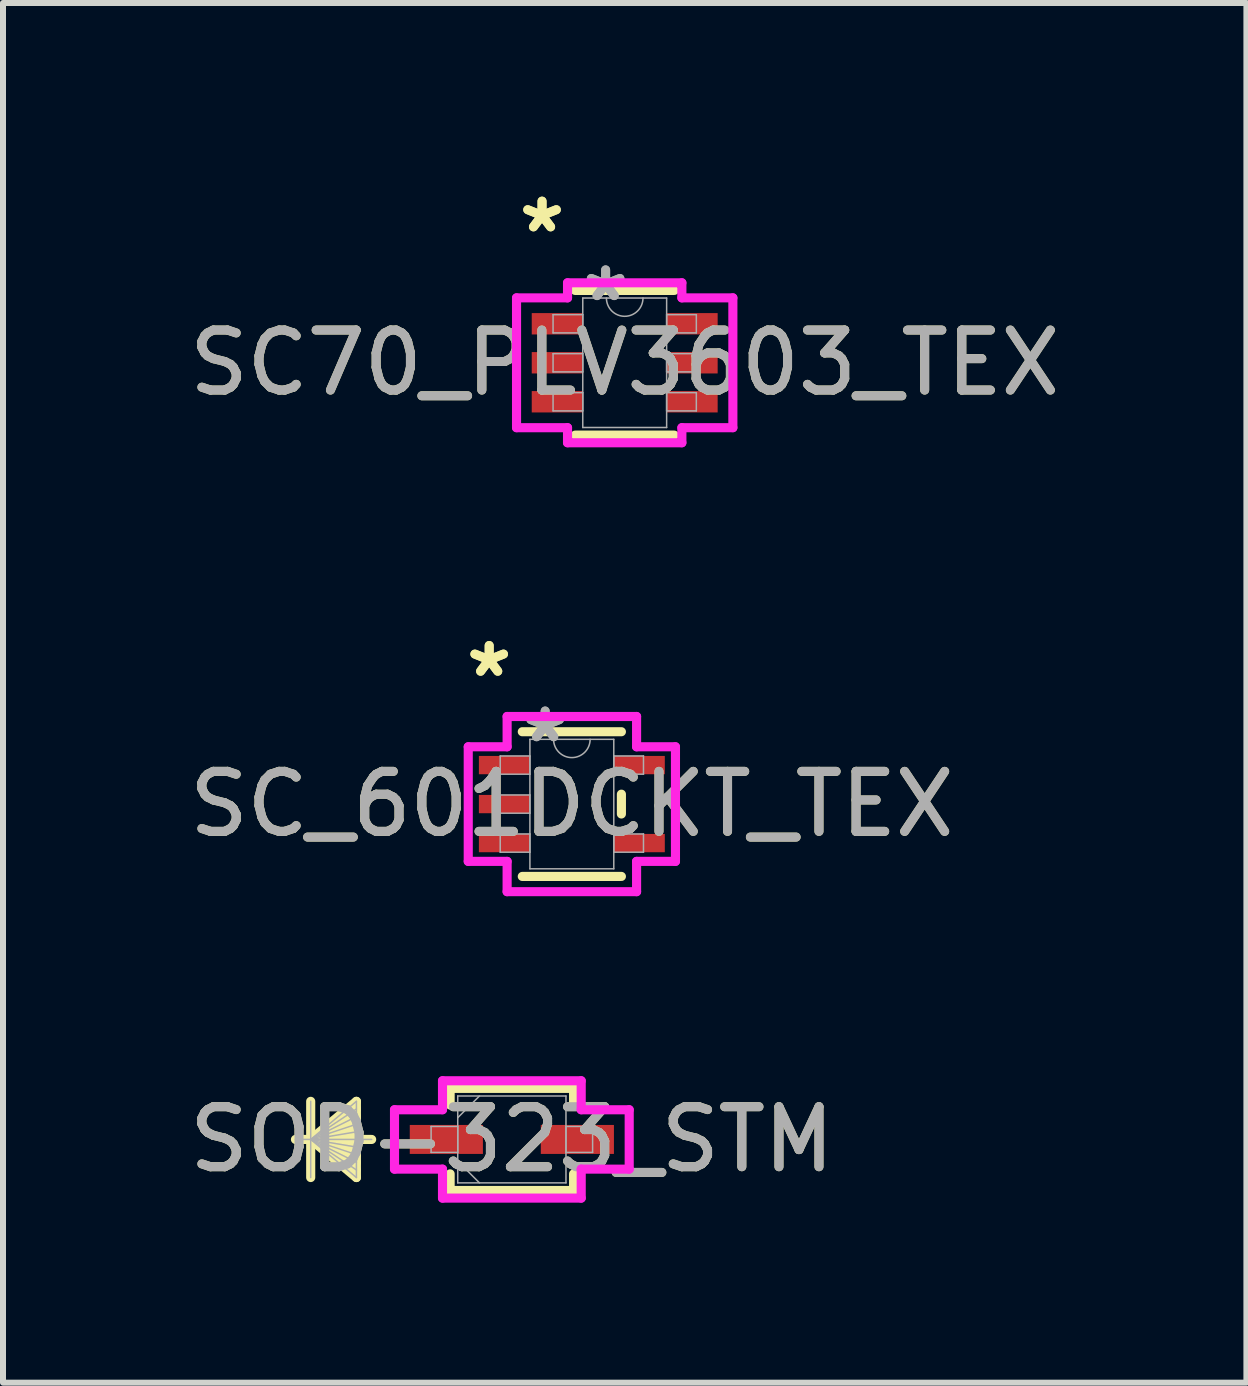
<source format=kicad_pcb>
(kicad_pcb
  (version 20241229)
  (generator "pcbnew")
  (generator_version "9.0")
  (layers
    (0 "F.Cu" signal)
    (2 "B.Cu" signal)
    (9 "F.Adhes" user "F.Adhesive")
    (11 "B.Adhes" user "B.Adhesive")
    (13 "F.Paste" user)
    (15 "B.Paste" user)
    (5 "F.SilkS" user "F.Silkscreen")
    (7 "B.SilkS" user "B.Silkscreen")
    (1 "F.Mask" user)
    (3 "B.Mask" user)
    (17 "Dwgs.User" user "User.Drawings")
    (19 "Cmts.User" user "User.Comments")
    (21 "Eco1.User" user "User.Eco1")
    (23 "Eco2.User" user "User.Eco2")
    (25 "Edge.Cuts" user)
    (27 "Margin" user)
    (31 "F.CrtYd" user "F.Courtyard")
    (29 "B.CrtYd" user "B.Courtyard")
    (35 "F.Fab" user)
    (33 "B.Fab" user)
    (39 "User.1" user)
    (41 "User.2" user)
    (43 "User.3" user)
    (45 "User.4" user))
  (footprint "SOD-323_STM"
    (layer "F.Cu")
    (at 5.482 15.943)
    (property "Reference" "SOD-323_STM" (at 0 0 0) (unlocked yes) (layer "F.SilkS") (effects (font (size 1 1) (thickness 0.15))))
    (attr smd)
    (fp_line (start -3.353 -0.635) (end -3.353 0.635) (stroke (width 0.152) (type solid)) (layer "F.SilkS"))
    (fp_line (start -3.353 0) (end -2.591 -0.635) (stroke (width 0.152) (type solid)) (layer "F.SilkS"))
    (fp_line (start -3.353 0) (end -2.591 -0.508) (stroke (width 0.152) (type solid)) (layer "F.SilkS"))
    (fp_line (start -3.353 0) (end -2.591 -0.381) (stroke (width 0.152) (type solid)) (layer "F.SilkS"))
    (fp_line (start -3.353 0) (end -2.591 -0.254) (stroke (width 0.152) (type solid)) (layer "F.SilkS"))
    (fp_line (start -3.353 0) (end -2.591 -0.127) (stroke (width 0.152) (type solid)) (layer "F.SilkS"))
    (fp_line (start -3.353 0) (end -2.591 0.127) (stroke (width 0.152) (type solid)) (layer "F.SilkS"))
    (fp_line (start -3.353 0) (end -2.591 0.254) (stroke (width 0.152) (type solid)) (layer "F.SilkS"))
    (fp_line (start -3.353 0) (end -2.591 0.381) (stroke (width 0.152) (type solid)) (layer "F.SilkS"))
    (fp_line (start -3.353 0) (end -2.591 0.508) (stroke (width 0.152) (type solid)) (layer "F.SilkS"))
    (fp_line (start -3.353 0) (end -2.591 0.635) (stroke (width 0.152) (type solid)) (layer "F.SilkS"))
    (fp_line (start -2.591 -0.635) (end -2.591 0.635) (stroke (width 0.152) (type solid)) (layer "F.SilkS"))
    (fp_line (start -2.337 0) (end -3.607 0) (stroke (width 0.152) (type solid)) (layer "F.SilkS"))
    (fp_line (start -1.029 -0.851) (end -1.029 -0.574) (stroke (width 0.152) (type solid)) (layer "F.SilkS"))
    (fp_line (start -1.029 0.574) (end -1.029 0.851) (stroke (width 0.152) (type solid)) (layer "F.SilkS"))
    (fp_line (start -1.029 0.851) (end 1.029 0.851) (stroke (width 0.152) (type solid)) (layer "F.SilkS"))
    (fp_line (start 1.029 -0.851) (end -1.029 -0.851) (stroke (width 0.152) (type solid)) (layer "F.SilkS"))
    (fp_line (start 1.029 -0.574) (end 1.029 -0.851) (stroke (width 0.152) (type solid)) (layer "F.SilkS"))
    (fp_line (start 1.029 0.851) (end 1.029 0.574) (stroke (width 0.152) (type solid)) (layer "F.SilkS"))
    (fp_line (start -1.956 -0.495) (end -1.156 -0.495) (stroke (width 0.152) (type solid)) (layer "F.CrtYd"))
    (fp_line (start -1.956 0.495) (end -1.956 -0.495) (stroke (width 0.152) (type solid)) (layer "F.CrtYd"))
    (fp_line (start -1.156 -0.978) (end 1.156 -0.978) (stroke (width 0.152) (type solid)) (layer "F.CrtYd"))
    (fp_line (start -1.156 -0.495) (end -1.156 -0.978) (stroke (width 0.152) (type solid)) (layer "F.CrtYd"))
    (fp_line (start -1.156 0.495) (end -1.956 0.495) (stroke (width 0.152) (type solid)) (layer "F.CrtYd"))
    (fp_line (start -1.156 0.978) (end -1.156 0.495) (stroke (width 0.152) (type solid)) (layer "F.CrtYd"))
    (fp_line (start 1.156 -0.978) (end 1.156 -0.495) (stroke (width 0.152) (type solid)) (layer "F.CrtYd"))
    (fp_line (start 1.156 -0.495) (end 1.956 -0.495) (stroke (width 0.152) (type solid)) (layer "F.CrtYd"))
    (fp_line (start 1.156 0.495) (end 1.156 0.978) (stroke (width 0.152) (type solid)) (layer "F.CrtYd"))
    (fp_line (start 1.156 0.978) (end -1.156 0.978) (stroke (width 0.152) (type solid)) (layer "F.CrtYd"))
    (fp_line (start 1.956 -0.495) (end 1.956 0.495) (stroke (width 0.152) (type solid)) (layer "F.CrtYd"))
    (fp_line (start 1.956 0.495) (end 1.156 0.495) (stroke (width 0.152) (type solid)) (layer "F.CrtYd"))
    (fp_line (start -3.353 -0.635) (end -3.353 0.635) (stroke (width 0.025) (type solid)) (layer "F.Fab"))
    (fp_line (start -3.353 0) (end -2.591 -0.635) (stroke (width 0.025) (type solid)) (layer "F.Fab"))
    (fp_line (start -3.353 0) (end -2.591 -0.508) (stroke (width 0.025) (type solid)) (layer "F.Fab"))
    (fp_line (start -3.353 0) (end -2.591 -0.381) (stroke (width 0.025) (type solid)) (layer "F.Fab"))
    (fp_line (start -3.353 0) (end -2.591 -0.254) (stroke (width 0.025) (type solid)) (layer "F.Fab"))
    (fp_line (start -3.353 0) (end -2.591 -0.127) (stroke (width 0.025) (type solid)) (layer "F.Fab"))
    (fp_line (start -3.353 0) (end -2.591 0.127) (stroke (width 0.025) (type solid)) (layer "F.Fab"))
    (fp_line (start -3.353 0) (end -2.591 0.254) (stroke (width 0.025) (type solid)) (layer "F.Fab"))
    (fp_line (start -3.353 0) (end -2.591 0.381) (stroke (width 0.025) (type solid)) (layer "F.Fab"))
    (fp_line (start -3.353 0) (end -2.591 0.508) (stroke (width 0.025) (type solid)) (layer "F.Fab"))
    (fp_line (start -3.353 0) (end -2.591 0.635) (stroke (width 0.025) (type solid)) (layer "F.Fab"))
    (fp_line (start -2.591 -0.635) (end -2.591 0.635) (stroke (width 0.025) (type solid)) (layer "F.Fab"))
    (fp_line (start -2.337 0) (end -3.607 0) (stroke (width 0.025) (type solid)) (layer "F.Fab"))
    (fp_line (start -1.346 -0.216) (end -1.346 0.216) (stroke (width 0.025) (type solid)) (layer "F.Fab"))
    (fp_line (start -1.346 0.216) (end -0.902 0.216) (stroke (width 0.025) (type solid)) (layer "F.Fab"))
    (fp_line (start -0.902 -0.724) (end -0.902 0.724) (stroke (width 0.025) (type solid)) (layer "F.Fab"))
    (fp_line (start -0.902 -0.362) (end -0.54 -0.724) (stroke (width 0.025) (type solid)) (layer "F.Fab"))
    (fp_line (start -0.902 -0.216) (end -1.346 -0.216) (stroke (width 0.025) (type solid)) (layer "F.Fab"))
    (fp_line (start -0.902 0.216) (end -0.902 -0.216) (stroke (width 0.025) (type solid)) (layer "F.Fab"))
    (fp_line (start -0.902 0.362) (end -0.54 0.724) (stroke (width 0.025) (type solid)) (layer "F.Fab"))
    (fp_line (start -0.902 0.724) (end 0.902 0.724) (stroke (width 0.025) (type solid)) (layer "F.Fab"))
    (fp_line (start 0.902 -0.724) (end -0.902 -0.724) (stroke (width 0.025) (type solid)) (layer "F.Fab"))
    (fp_line (start 0.902 -0.216) (end 0.902 0.216) (stroke (width 0.025) (type solid)) (layer "F.Fab"))
    (fp_line (start 0.902 0.216) (end 1.346 0.216) (stroke (width 0.025) (type solid)) (layer "F.Fab"))
    (fp_line (start 0.902 0.724) (end 0.902 -0.724) (stroke (width 0.025) (type solid)) (layer "F.Fab"))
    (fp_line (start 1.346 -0.216) (end 0.902 -0.216) (stroke (width 0.025) (type solid)) (layer "F.Fab"))
    (fp_line (start 1.346 0.216) (end 1.346 -0.216) (stroke (width 0.025) (type solid)) (layer "F.Fab"))
    (fp_text user "${REFERENCE}" (at 0 0 0) (unlocked yes) (layer "F.Fab") (effects (font (size 1 1) (thickness 0.15))))
    (pad "1" smd rect (at -1.092 0) (size 1.219 0.483) (layers "F.Cu" "F.Mask" "F.Paste"))
    (pad "2" smd rect (at 1.092 0) (size 1.219 0.483) (layers "F.Cu" "F.Mask" "F.Paste")))
  (footprint "SC_601DCKT_TEX"
    (layer "F.Cu")
    (at 6.482 10.353)
    (property "Reference" "SC_601DCKT_TEX" (at 0 0 0) (unlocked yes) (layer "F.SilkS") (effects (font (size 1 1) (thickness 0.15))))
    (attr smd)
    (fp_line (start -0.826 1.206) (end 0.826 1.206) (stroke (width 0.152) (type solid)) (layer "F.SilkS"))
    (fp_line (start 0.826 -1.206) (end -0.826 -1.206) (stroke (width 0.152) (type solid)) (layer "F.SilkS"))
    (fp_line (start 0.826 0.165) (end 0.826 -0.165) (stroke (width 0.152) (type solid)) (layer "F.SilkS"))
    (fp_line (start -1.727 -0.955) (end -1.079 -0.955) (stroke (width 0.152) (type solid)) (layer "F.CrtYd"))
    (fp_line (start -1.727 0.955) (end -1.727 -0.955) (stroke (width 0.152) (type solid)) (layer "F.CrtYd"))
    (fp_line (start -1.079 -1.46) (end 1.079 -1.46) (stroke (width 0.152) (type solid)) (layer "F.CrtYd"))
    (fp_line (start -1.079 -0.955) (end -1.079 -1.46) (stroke (width 0.152) (type solid)) (layer "F.CrtYd"))
    (fp_line (start -1.079 0.955) (end -1.727 0.955) (stroke (width 0.152) (type solid)) (layer "F.CrtYd"))
    (fp_line (start -1.079 1.46) (end -1.079 0.955) (stroke (width 0.152) (type solid)) (layer "F.CrtYd"))
    (fp_line (start 1.079 -1.46) (end 1.079 -0.955) (stroke (width 0.152) (type solid)) (layer "F.CrtYd"))
    (fp_line (start 1.079 -0.955) (end 1.727 -0.955) (stroke (width 0.152) (type solid)) (layer "F.CrtYd"))
    (fp_line (start 1.079 0.955) (end 1.079 1.46) (stroke (width 0.152) (type solid)) (layer "F.CrtYd"))
    (fp_line (start 1.079 1.46) (end -1.079 1.46) (stroke (width 0.152) (type solid)) (layer "F.CrtYd"))
    (fp_line (start 1.727 -0.955) (end 1.727 0.955) (stroke (width 0.152) (type solid)) (layer "F.CrtYd"))
    (fp_line (start 1.727 0.955) (end 1.079 0.955) (stroke (width 0.152) (type solid)) (layer "F.CrtYd"))
    (fp_line (start -1.194 -0.802) (end -1.194 -0.498) (stroke (width 0.025) (type solid)) (layer "F.Fab"))
    (fp_line (start -1.194 -0.498) (end -0.699 -0.498) (stroke (width 0.025) (type solid)) (layer "F.Fab"))
    (fp_line (start -1.194 -0.152) (end -1.194 0.152) (stroke (width 0.025) (type solid)) (layer "F.Fab"))
    (fp_line (start -1.194 0.152) (end -0.699 0.152) (stroke (width 0.025) (type solid)) (layer "F.Fab"))
    (fp_line (start -1.194 0.498) (end -1.194 0.802) (stroke (width 0.025) (type solid)) (layer "F.Fab"))
    (fp_line (start -1.194 0.802) (end -0.699 0.802) (stroke (width 0.025) (type solid)) (layer "F.Fab"))
    (fp_line (start -0.699 -1.079) (end -0.699 1.079) (stroke (width 0.025) (type solid)) (layer "F.Fab"))
    (fp_line (start -0.699 -0.802) (end -1.194 -0.802) (stroke (width 0.025) (type solid)) (layer "F.Fab"))
    (fp_line (start -0.699 -0.498) (end -0.699 -0.802) (stroke (width 0.025) (type solid)) (layer "F.Fab"))
    (fp_line (start -0.699 -0.152) (end -1.194 -0.152) (stroke (width 0.025) (type solid)) (layer "F.Fab"))
    (fp_line (start -0.699 0.152) (end -0.699 -0.152) (stroke (width 0.025) (type solid)) (layer "F.Fab"))
    (fp_line (start -0.699 0.498) (end -1.194 0.498) (stroke (width 0.025) (type solid)) (layer "F.Fab"))
    (fp_line (start -0.699 0.802) (end -0.699 0.498) (stroke (width 0.025) (type solid)) (layer "F.Fab"))
    (fp_line (start -0.699 1.079) (end 0.699 1.079) (stroke (width 0.025) (type solid)) (layer "F.Fab"))
    (fp_line (start 0.699 -1.079) (end -0.699 -1.079) (stroke (width 0.025) (type solid)) (layer "F.Fab"))
    (fp_line (start 0.699 -0.802) (end 0.699 -0.498) (stroke (width 0.025) (type solid)) (layer "F.Fab"))
    (fp_line (start 0.699 -0.498) (end 1.194 -0.498) (stroke (width 0.025) (type solid)) (layer "F.Fab"))
    (fp_line (start 0.699 0.498) (end 0.699 0.802) (stroke (width 0.025) (type solid)) (layer "F.Fab"))
    (fp_line (start 0.699 0.802) (end 1.194 0.802) (stroke (width 0.025) (type solid)) (layer "F.Fab"))
    (fp_line (start 0.699 1.079) (end 0.699 -1.079) (stroke (width 0.025) (type solid)) (layer "F.Fab"))
    (fp_line (start 1.194 -0.802) (end 0.699 -0.802) (stroke (width 0.025) (type solid)) (layer "F.Fab"))
    (fp_line (start 1.194 -0.498) (end 1.194 -0.802) (stroke (width 0.025) (type solid)) (layer "F.Fab"))
    (fp_line (start 1.194 0.498) (end 0.699 0.498) (stroke (width 0.025) (type solid)) (layer "F.Fab"))
    (fp_line (start 1.194 0.802) (end 1.194 0.498) (stroke (width 0.025) (type solid)) (layer "F.Fab"))
    (fp_arc (start 0.3048 -1.0795) (mid 0 -0.7747) (end -0.3048 -1.0795) (stroke (width 0.0254) (type solid)) (layer "F.Fab"))
    (fp_text user "*" (at -1.378 -2.098 0) (unlocked yes) (layer "F.SilkS") (effects (font (size 1 1) (thickness 0.15))))
    (fp_text user "*" (at -1.378 -2.098 0) (layer "F.SilkS") (effects (font (size 1 1) (thickness 0.15))))
    (fp_text user "${REFERENCE}" (at 0 0 0) (unlocked yes) (layer "F.Fab") (effects (font (size 1 1) (thickness 0.15))))
    (fp_text user "*" (at -0.445 -1.006 0) (layer "F.Fab") (effects (font (size 1 1) (thickness 0.15))))
    (fp_text user "*" (at -0.445 -1.006 0) (unlocked yes) (layer "F.Fab") (effects (font (size 1 1) (thickness 0.15))))
    (pad "1" smd rect (at -1.124 -0.65) (size 0.851 0.305) (layers "F.Cu" "F.Mask" "F.Paste"))
    (pad "2" smd rect (at -1.124 0) (size 0.851 0.305) (layers "F.Cu" "F.Mask" "F.Paste"))
    (pad "3" smd rect (at -1.124 0.65) (size 0.851 0.305) (layers "F.Cu" "F.Mask" "F.Paste"))
    (pad "4" smd rect (at 1.124 0.65) (size 0.851 0.305) (layers "F.Cu" "F.Mask" "F.Paste"))
    (pad "5" smd rect (at 1.124 -0.65) (size 0.851 0.305) (layers "F.Cu" "F.Mask" "F.Paste")))
  (footprint "SC70_PLV3603_TEX"
    (layer "F.Cu")
    (at 7.363 2.997)
    (property "Reference" "SC70_PLV3603_TEX" (at 0 0 0) (unlocked yes) (layer "F.SilkS") (effects (font (size 1 1) (thickness 0.15))))
    (attr smd)
    (fp_line (start -0.826 1.206) (end 0.826 1.206) (stroke (width 0.152) (type solid)) (layer "F.SilkS"))
    (fp_line (start 0.826 -1.206) (end -0.826 -1.206) (stroke (width 0.152) (type solid)) (layer "F.SilkS"))
    (fp_line (start -1.803 -1.082) (end -0.953 -1.082) (stroke (width 0.152) (type solid)) (layer "F.CrtYd"))
    (fp_line (start -1.803 1.082) (end -1.803 -1.082) (stroke (width 0.152) (type solid)) (layer "F.CrtYd"))
    (fp_line (start -1.803 1.082) (end -0.953 1.082) (stroke (width 0.152) (type solid)) (layer "F.CrtYd"))
    (fp_line (start -0.953 -1.333) (end 0.953 -1.333) (stroke (width 0.152) (type solid)) (layer "F.CrtYd"))
    (fp_line (start -0.953 -1.082) (end -0.953 -1.333) (stroke (width 0.152) (type solid)) (layer "F.CrtYd"))
    (fp_line (start -0.953 1.333) (end -0.953 1.082) (stroke (width 0.152) (type solid)) (layer "F.CrtYd"))
    (fp_line (start 0.953 -1.333) (end 0.953 -1.082) (stroke (width 0.152) (type solid)) (layer "F.CrtYd"))
    (fp_line (start 0.953 1.082) (end 0.953 1.333) (stroke (width 0.152) (type solid)) (layer "F.CrtYd"))
    (fp_line (start 0.953 1.333) (end -0.953 1.333) (stroke (width 0.152) (type solid)) (layer "F.CrtYd"))
    (fp_line (start 1.803 -1.082) (end 0.953 -1.082) (stroke (width 0.152) (type solid)) (layer "F.CrtYd"))
    (fp_line (start 1.803 -1.082) (end 1.803 1.082) (stroke (width 0.152) (type solid)) (layer "F.CrtYd"))
    (fp_line (start 1.803 1.082) (end 0.953 1.082) (stroke (width 0.152) (type solid)) (layer "F.CrtYd"))
    (fp_line (start -1.194 -0.802) (end -1.194 -0.498) (stroke (width 0.025) (type solid)) (layer "F.Fab"))
    (fp_line (start -1.194 -0.498) (end -0.699 -0.498) (stroke (width 0.025) (type solid)) (layer "F.Fab"))
    (fp_line (start -1.194 -0.152) (end -1.194 0.152) (stroke (width 0.025) (type solid)) (layer "F.Fab"))
    (fp_line (start -1.194 0.152) (end -0.699 0.152) (stroke (width 0.025) (type solid)) (layer "F.Fab"))
    (fp_line (start -1.194 0.498) (end -1.194 0.802) (stroke (width 0.025) (type solid)) (layer "F.Fab"))
    (fp_line (start -1.194 0.802) (end -0.699 0.802) (stroke (width 0.025) (type solid)) (layer "F.Fab"))
    (fp_line (start -0.699 -1.079) (end -0.699 1.079) (stroke (width 0.025) (type solid)) (layer "F.Fab"))
    (fp_line (start -0.699 -0.802) (end -1.194 -0.802) (stroke (width 0.025) (type solid)) (layer "F.Fab"))
    (fp_line (start -0.699 -0.498) (end -0.699 -0.802) (stroke (width 0.025) (type solid)) (layer "F.Fab"))
    (fp_line (start -0.699 -0.152) (end -1.194 -0.152) (stroke (width 0.025) (type solid)) (layer "F.Fab"))
    (fp_line (start -0.699 0.152) (end -0.699 -0.152) (stroke (width 0.025) (type solid)) (layer "F.Fab"))
    (fp_line (start -0.699 0.498) (end -1.194 0.498) (stroke (width 0.025) (type solid)) (layer "F.Fab"))
    (fp_line (start -0.699 0.802) (end -0.699 0.498) (stroke (width 0.025) (type solid)) (layer "F.Fab"))
    (fp_line (start -0.699 1.079) (end 0.699 1.079) (stroke (width 0.025) (type solid)) (layer "F.Fab"))
    (fp_line (start 0.699 -1.079) (end -0.699 -1.079) (stroke (width 0.025) (type solid)) (layer "F.Fab"))
    (fp_line (start 0.699 -0.802) (end 0.699 -0.498) (stroke (width 0.025) (type solid)) (layer "F.Fab"))
    (fp_line (start 0.699 -0.498) (end 1.194 -0.498) (stroke (width 0.025) (type solid)) (layer "F.Fab"))
    (fp_line (start 0.699 -0.152) (end 0.699 0.152) (stroke (width 0.025) (type solid)) (layer "F.Fab"))
    (fp_line (start 0.699 0.152) (end 1.194 0.152) (stroke (width 0.025) (type solid)) (layer "F.Fab"))
    (fp_line (start 0.699 0.498) (end 0.699 0.802) (stroke (width 0.025) (type solid)) (layer "F.Fab"))
    (fp_line (start 0.699 0.802) (end 1.194 0.802) (stroke (width 0.025) (type solid)) (layer "F.Fab"))
    (fp_line (start 0.699 1.079) (end 0.699 -1.079) (stroke (width 0.025) (type solid)) (layer "F.Fab"))
    (fp_line (start 1.194 -0.802) (end 0.699 -0.802) (stroke (width 0.025) (type solid)) (layer "F.Fab"))
    (fp_line (start 1.194 -0.498) (end 1.194 -0.802) (stroke (width 0.025) (type solid)) (layer "F.Fab"))
    (fp_line (start 1.194 -0.152) (end 0.699 -0.152) (stroke (width 0.025) (type solid)) (layer "F.Fab"))
    (fp_line (start 1.194 0.152) (end 1.194 -0.152) (stroke (width 0.025) (type solid)) (layer "F.Fab"))
    (fp_line (start 1.194 0.498) (end 0.699 0.498) (stroke (width 0.025) (type solid)) (layer "F.Fab"))
    (fp_line (start 1.194 0.802) (end 1.194 0.498) (stroke (width 0.025) (type solid)) (layer "F.Fab"))
    (fp_arc (start 0.3048 -1.0795) (mid 0 -0.7747) (end -0.3048 -1.0795) (stroke (width 0.0254) (type solid)) (layer "F.Fab"))
    (fp_text user "*" (at -1.378 -2.149 0) (unlocked yes) (layer "F.SilkS") (effects (font (size 1 1) (thickness 0.15))))
    (fp_text user "*" (at -1.378 -2.149 0) (layer "F.SilkS") (effects (font (size 1 1) (thickness 0.15))))
    (fp_text user "*" (at -0.318 -1.003 0) (layer "F.Fab") (effects (font (size 1 1) (thickness 0.15))))
    (fp_text user "*" (at -0.318 -1.003 0) (unlocked yes) (layer "F.Fab") (effects (font (size 1 1) (thickness 0.15))))
    (fp_text user "${REFERENCE}" (at 0 0 0) (unlocked yes) (layer "F.Fab") (effects (font (size 1 1) (thickness 0.15))))
    (pad "1" smd rect (at -1.124 -0.65) (size 0.851 0.356) (layers "F.Cu" "F.Mask" "F.Paste"))
    (pad "2" smd rect (at -1.124 0) (size 0.851 0.356) (layers "F.Cu" "F.Mask" "F.Paste"))
    (pad "3" smd rect (at -1.124 0.65) (size 0.851 0.356) (layers "F.Cu" "F.Mask" "F.Paste"))
    (pad "4" smd rect (at 1.124 0.65) (size 0.851 0.356) (layers "F.Cu" "F.Mask" "F.Paste"))
    (pad "5" smd rect (at 1.124 0) (size 0.851 0.356) (layers "F.Cu" "F.Mask" "F.Paste"))
    (pad "6" smd rect (at 1.124 -0.65) (size 0.851 0.356) (layers "F.Cu" "F.Mask" "F.Paste")))
  (gr_rect
    (start -3 -3)
    (end 17.726 19.997)
    (stroke (width 0.1) (type default))
    (fill no)
    (layer "Edge.Cuts")))
</source>
